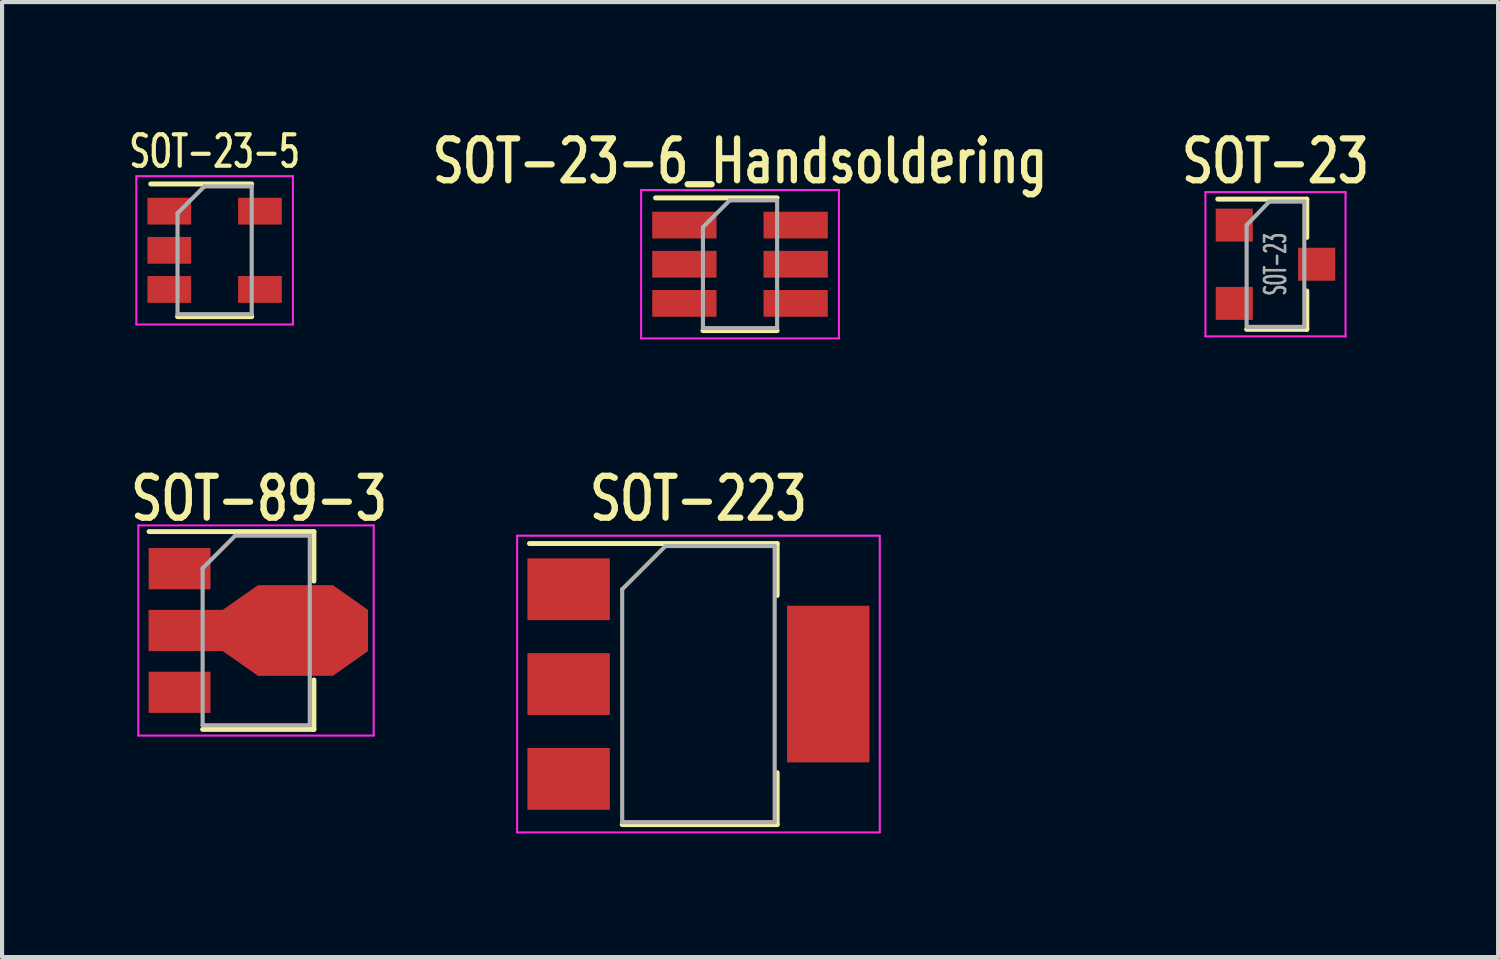
<source format=kicad_pcb>
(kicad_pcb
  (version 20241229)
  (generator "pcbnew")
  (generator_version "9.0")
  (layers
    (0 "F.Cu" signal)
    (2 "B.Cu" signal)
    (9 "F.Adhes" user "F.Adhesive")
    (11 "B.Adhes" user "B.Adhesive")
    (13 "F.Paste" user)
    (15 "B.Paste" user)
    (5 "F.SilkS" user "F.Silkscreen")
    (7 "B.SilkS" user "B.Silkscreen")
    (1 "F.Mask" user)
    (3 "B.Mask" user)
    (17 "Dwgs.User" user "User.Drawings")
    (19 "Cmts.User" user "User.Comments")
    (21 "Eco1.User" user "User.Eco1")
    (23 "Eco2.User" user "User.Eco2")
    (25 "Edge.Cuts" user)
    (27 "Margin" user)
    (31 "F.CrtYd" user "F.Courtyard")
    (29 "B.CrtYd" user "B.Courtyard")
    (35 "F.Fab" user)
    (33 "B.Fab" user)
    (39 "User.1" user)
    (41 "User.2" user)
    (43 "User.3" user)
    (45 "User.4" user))
  (footprint "SOT-223"
    (layer "F.Cu")
    (at 13.898 13.549)
    (property "Reference" "SOT-223" (at 0 -4.5 0) (layer "F.SilkS") (effects (font (size 1.016 0.762) (thickness 0.152))))
    (attr smd)
    (fp_line (start -4.1 -3.41) (end 1.91 -3.41) (stroke (width 0.12) (type solid)) (layer "F.SilkS"))
    (fp_line (start -1.85 3.41) (end 1.91 3.41) (stroke (width 0.12) (type solid)) (layer "F.SilkS"))
    (fp_line (start 1.91 -3.41) (end 1.91 -2.15) (stroke (width 0.12) (type solid)) (layer "F.SilkS"))
    (fp_line (start 1.91 3.41) (end 1.91 2.15) (stroke (width 0.12) (type solid)) (layer "F.SilkS"))
    (fp_line (start -4.4 -3.6) (end -4.4 3.6) (stroke (width 0.05) (type solid)) (layer "F.CrtYd"))
    (fp_line (start -4.4 3.6) (end 4.4 3.6) (stroke (width 0.05) (type solid)) (layer "F.CrtYd"))
    (fp_line (start 4.4 -3.6) (end -4.4 -3.6) (stroke (width 0.05) (type solid)) (layer "F.CrtYd"))
    (fp_line (start 4.4 3.6) (end 4.4 -3.6) (stroke (width 0.05) (type solid)) (layer "F.CrtYd"))
    (fp_line (start -1.85 -2.3) (end -1.85 3.35) (stroke (width 0.1) (type solid)) (layer "F.Fab"))
    (fp_line (start -1.85 -2.3) (end -0.8 -3.35) (stroke (width 0.1) (type solid)) (layer "F.Fab"))
    (fp_line (start -1.85 3.35) (end 1.85 3.35) (stroke (width 0.1) (type solid)) (layer "F.Fab"))
    (fp_line (start -0.8 -3.35) (end 1.85 -3.35) (stroke (width 0.1) (type solid)) (layer "F.Fab"))
    (fp_line (start 1.85 -3.35) (end 1.85 3.35) (stroke (width 0.1) (type solid)) (layer "F.Fab"))
    (pad "1" smd rect (at -3.15 -2.3) (size 2 1.5) (layers "F.Cu" "F.Mask" "F.Paste"))
    (pad "2" smd rect (at -3.15 0) (size 2 1.5) (layers "F.Cu" "F.Mask" "F.Paste"))
    (pad "3" smd rect (at -3.15 2.3) (size 2 1.5) (layers "F.Cu" "F.Mask" "F.Paste"))
    (pad "4" smd rect (at 3.15 0) (size 2 3.8) (layers "F.Cu" "F.Mask" "F.Paste")))
  (footprint "SOT-23"
    (layer "F.Cu")
    (at 27.9 3.362)
    (property "Reference" "SOT-23" (at 0 -2.5 0) (layer "F.SilkS") (effects (font (size 1.016 0.762) (thickness 0.152))))
    (attr smd)
    (fp_line (start 0.76 -1.58) (end -1.4 -1.58) (stroke (width 0.12) (type solid)) (layer "F.SilkS"))
    (fp_line (start 0.76 -1.58) (end 0.76 -0.65) (stroke (width 0.12) (type solid)) (layer "F.SilkS"))
    (fp_line (start 0.76 1.58) (end -0.7 1.58) (stroke (width 0.12) (type solid)) (layer "F.SilkS"))
    (fp_line (start 0.76 1.58) (end 0.76 0.65) (stroke (width 0.12) (type solid)) (layer "F.SilkS"))
    (fp_line (start -1.7 -1.75) (end 1.7 -1.75) (stroke (width 0.05) (type solid)) (layer "F.CrtYd"))
    (fp_line (start -1.7 1.75) (end -1.7 -1.75) (stroke (width 0.05) (type solid)) (layer "F.CrtYd"))
    (fp_line (start 1.7 -1.75) (end 1.7 1.75) (stroke (width 0.05) (type solid)) (layer "F.CrtYd"))
    (fp_line (start 1.7 1.75) (end -1.7 1.75) (stroke (width 0.05) (type solid)) (layer "F.CrtYd"))
    (fp_line (start -0.7 -0.95) (end -0.7 1.5) (stroke (width 0.1) (type solid)) (layer "F.Fab"))
    (fp_line (start -0.7 -0.95) (end -0.15 -1.52) (stroke (width 0.1) (type solid)) (layer "F.Fab"))
    (fp_line (start -0.7 1.52) (end 0.7 1.52) (stroke (width 0.1) (type solid)) (layer "F.Fab"))
    (fp_line (start -0.15 -1.52) (end 0.7 -1.52) (stroke (width 0.1) (type solid)) (layer "F.Fab"))
    (fp_line (start 0.7 -1.52) (end 0.7 1.52) (stroke (width 0.1) (type solid)) (layer "F.Fab"))
    (fp_text user "${REFERENCE}" (at 0 0 90) (layer "F.Fab") (effects (font (size 0.508 0.254) (thickness 0.064))))
    (pad "1" smd rect (at -1 -0.95) (size 0.9 0.8) (layers "F.Cu" "F.Mask" "F.Paste"))
    (pad "2" smd rect (at -1 0.95) (size 0.9 0.8) (layers "F.Cu" "F.Mask" "F.Paste"))
    (pad "3" smd rect (at 1 0) (size 0.9 0.8) (layers "F.Cu" "F.Mask" "F.Paste")))
  (footprint "SOT-23-6_Handsoldering"
    (layer "F.Cu")
    (at 14.907 3.362)
    (property "Reference" "SOT-23-6_Handsoldering" (at 0 -2.5 0) (layer "F.SilkS") (effects (font (size 1.016 0.762) (thickness 0.152))))
    (attr smd)
    (fp_line (start -0.9 1.61) (end 0.9 1.61) (stroke (width 0.12) (type solid)) (layer "F.SilkS"))
    (fp_line (start 0.9 -1.61) (end -2.05 -1.61) (stroke (width 0.12) (type solid)) (layer "F.SilkS"))
    (fp_line (start -2.4 -1.8) (end 2.4 -1.8) (stroke (width 0.05) (type solid)) (layer "F.CrtYd"))
    (fp_line (start -2.4 1.8) (end -2.4 -1.8) (stroke (width 0.05) (type solid)) (layer "F.CrtYd"))
    (fp_line (start 2.4 -1.8) (end 2.4 1.8) (stroke (width 0.05) (type solid)) (layer "F.CrtYd"))
    (fp_line (start 2.4 1.8) (end -2.4 1.8) (stroke (width 0.05) (type solid)) (layer "F.CrtYd"))
    (fp_line (start -0.9 -0.9) (end -0.9 1.55) (stroke (width 0.1) (type solid)) (layer "F.Fab"))
    (fp_line (start -0.9 -0.9) (end -0.25 -1.55) (stroke (width 0.1) (type solid)) (layer "F.Fab"))
    (fp_line (start 0.9 -1.55) (end -0.25 -1.55) (stroke (width 0.1) (type solid)) (layer "F.Fab"))
    (fp_line (start 0.9 -1.55) (end 0.9 1.55) (stroke (width 0.1) (type solid)) (layer "F.Fab"))
    (fp_line (start 0.9 1.55) (end -0.9 1.55) (stroke (width 0.1) (type solid)) (layer "F.Fab"))
    (pad "1" smd rect (at -1.35 -0.95) (size 1.56 0.65) (layers "F.Cu" "F.Mask" "F.Paste"))
    (pad "2" smd rect (at -1.35 0) (size 1.56 0.65) (layers "F.Cu" "F.Mask" "F.Paste"))
    (pad "3" smd rect (at -1.35 0.95) (size 1.56 0.65) (layers "F.Cu" "F.Mask" "F.Paste"))
    (pad "4" smd rect (at 1.35 0.95) (size 1.56 0.65) (layers "F.Cu" "F.Mask" "F.Paste"))
    (pad "5" smd rect (at 1.35 0) (size 1.56 0.65) (layers "F.Cu" "F.Mask" "F.Paste"))
    (pad "6" smd rect (at 1.35 -0.95) (size 1.56 0.65) (layers "F.Cu" "F.Mask" "F.Paste")))
  (footprint "SOT-89-3"
    (layer "F.Cu")
    (at 2.787 12.249)
    (property "Reference" "SOT-89-3" (at 0.45 -3.2 0) (layer "F.SilkS") (effects (font (size 1.016 0.762) (thickness 0.152))))
    (attr smd)
    (fp_line (start -2.22 -2.4) (end 1.78 -2.4) (stroke (width 0.12) (type solid)) (layer "F.SilkS"))
    (fp_line (start 1.78 -2.4) (end 1.78 -1.2) (stroke (width 0.12) (type solid)) (layer "F.SilkS"))
    (fp_line (start 1.78 1.2) (end 1.78 2.4) (stroke (width 0.12) (type solid)) (layer "F.SilkS"))
    (fp_line (start 1.78 2.4) (end -0.92 2.4) (stroke (width 0.12) (type solid)) (layer "F.SilkS"))
    (fp_line (start -2.48 2.55) (end -2.48 -2.55) (stroke (width 0.05) (type solid)) (layer "F.CrtYd"))
    (fp_line (start -2.48 2.55) (end 3.23 2.55) (stroke (width 0.05) (type solid)) (layer "F.CrtYd"))
    (fp_line (start 3.23 -2.55) (end -2.48 -2.55) (stroke (width 0.05) (type solid)) (layer "F.CrtYd"))
    (fp_line (start 3.23 -2.55) (end 3.23 2.55) (stroke (width 0.05) (type solid)) (layer "F.CrtYd"))
    (fp_line (start -0.92 -1.51) (end -0.13 -2.3) (stroke (width 0.1) (type solid)) (layer "F.Fab"))
    (fp_line (start -0.92 2.3) (end -0.92 -1.51) (stroke (width 0.1) (type solid)) (layer "F.Fab"))
    (fp_line (start -0.13 -2.3) (end 1.68 -2.3) (stroke (width 0.1) (type solid)) (layer "F.Fab"))
    (fp_line (start 1.68 -2.3) (end 1.68 2.3) (stroke (width 0.1) (type solid)) (layer "F.Fab"))
    (fp_line (start 1.68 2.3) (end -0.92 2.3) (stroke (width 0.1) (type solid)) (layer "F.Fab"))
    (pad "1" smd rect (at -1.48 -1.5 270) (size 1 1.5) (layers "F.Cu" "F.Mask" "F.Paste"))
    (pad "2" smd rect (at -1.333 0 270) (size 1 1.8) (layers "F.Cu" "F.Mask" "F.Paste"))
    (pad "2" smd trapezoid (at -0.076 0 90) (size 1.5 1) (rect_delta 0 0.7) (layers "F.Cu" "F.Mask" "F.Paste"))
    (pad "2" smd rect (at 1.333 0 270) (size 2.2 1.84) (layers "F.Cu" "F.Mask" "F.Paste"))
    (pad "2" smd trapezoid (at 2.667 0 270) (size 1.6 0.85) (rect_delta 0 0.6) (layers "F.Cu" "F.Mask" "F.Paste"))
    (pad "3" smd rect (at -1.48 1.5 270) (size 1 1.5) (layers "F.Cu" "F.Mask" "F.Paste")))
  (footprint "SOT-23-5"
    (layer "F.Cu")
    (at 2.158 3.024)
    (property "Reference" "SOT-23-5" (at 0 -2.4 0) (layer "F.SilkS") (effects (font (size 0.762 0.508) (thickness 0.102))))
    (attr smd)
    (fp_line (start -0.9 1.61) (end 0.9 1.61) (stroke (width 0.12) (type solid)) (layer "F.SilkS"))
    (fp_line (start 0.9 -1.61) (end -1.55 -1.61) (stroke (width 0.12) (type solid)) (layer "F.SilkS"))
    (fp_line (start -1.9 -1.8) (end 1.9 -1.8) (stroke (width 0.05) (type solid)) (layer "F.CrtYd"))
    (fp_line (start -1.9 1.8) (end -1.9 -1.8) (stroke (width 0.05) (type solid)) (layer "F.CrtYd"))
    (fp_line (start 1.9 -1.8) (end 1.9 1.8) (stroke (width 0.05) (type solid)) (layer "F.CrtYd"))
    (fp_line (start 1.9 1.8) (end -1.9 1.8) (stroke (width 0.05) (type solid)) (layer "F.CrtYd"))
    (fp_line (start -0.9 -0.9) (end -0.9 1.55) (stroke (width 0.1) (type solid)) (layer "F.Fab"))
    (fp_line (start -0.9 -0.9) (end -0.25 -1.55) (stroke (width 0.1) (type solid)) (layer "F.Fab"))
    (fp_line (start 0.9 -1.55) (end -0.25 -1.55) (stroke (width 0.1) (type solid)) (layer "F.Fab"))
    (fp_line (start 0.9 -1.55) (end 0.9 1.55) (stroke (width 0.1) (type solid)) (layer "F.Fab"))
    (fp_line (start 0.9 1.55) (end -0.9 1.55) (stroke (width 0.1) (type solid)) (layer "F.Fab"))
    (pad "1" smd rect (at -1.1 -0.95) (size 1.06 0.65) (layers "F.Cu" "F.Mask" "F.Paste"))
    (pad "2" smd rect (at -1.1 0) (size 1.06 0.65) (layers "F.Cu" "F.Mask" "F.Paste"))
    (pad "3" smd rect (at -1.1 0.95) (size 1.06 0.65) (layers "F.Cu" "F.Mask" "F.Paste"))
    (pad "4" smd rect (at 1.1 0.95) (size 1.06 0.65) (layers "F.Cu" "F.Mask" "F.Paste"))
    (pad "5" smd rect (at 1.1 -0.95) (size 1.06 0.65) (layers "F.Cu" "F.Mask" "F.Paste")))
  (gr_rect
    (start -3 -3)
    (end 33.302 20.174)
    (stroke (width 0.1) (type default))
    (fill no)
    (layer "Edge.Cuts")))
</source>
